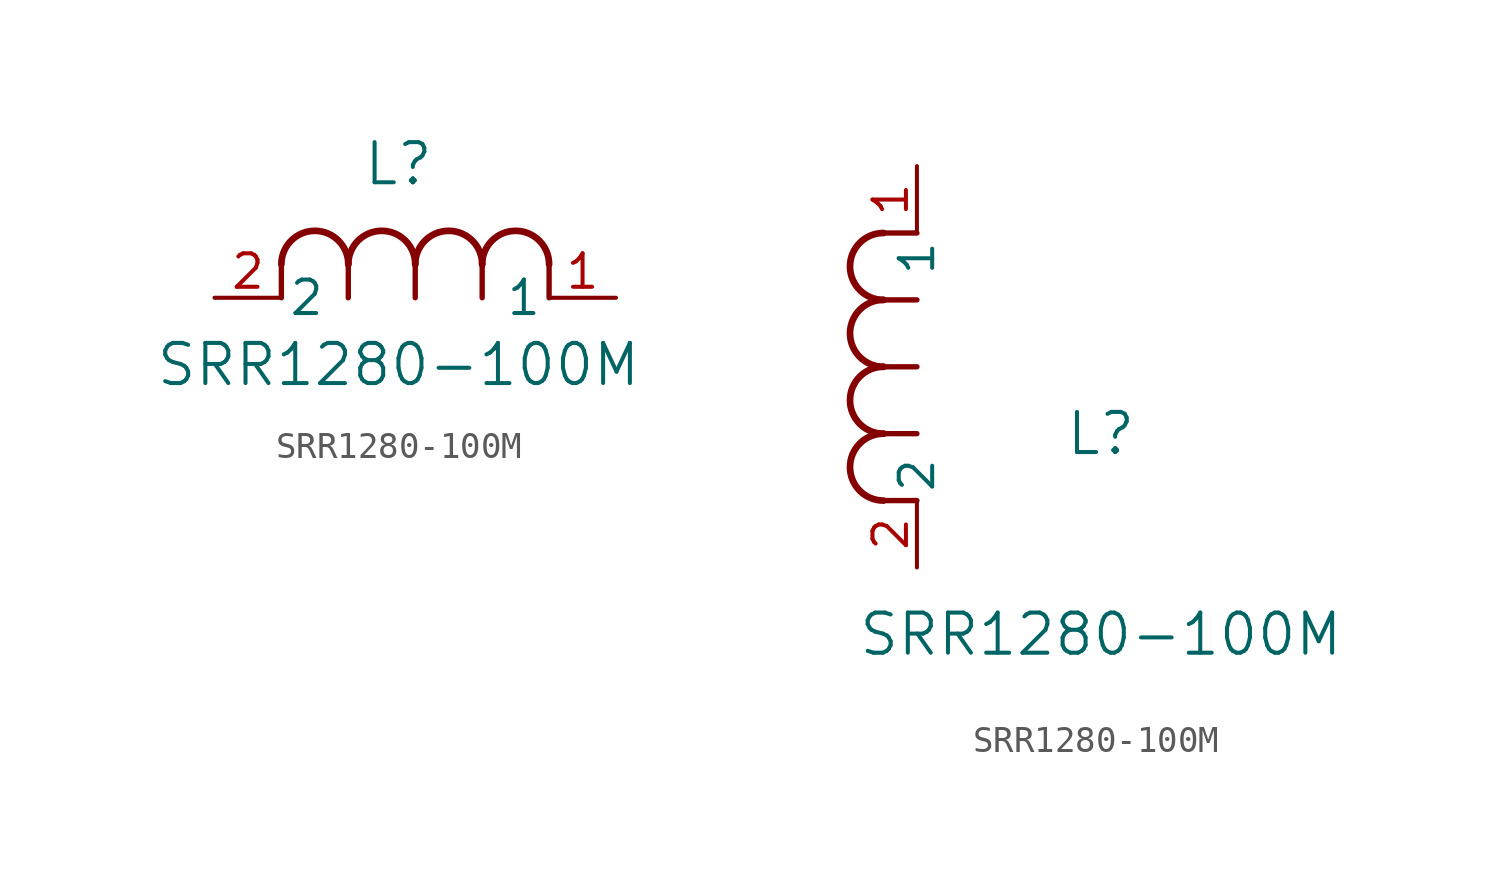
<source format=kicad_sym>
(kicad_symbol_lib
  (version 20211014)
  (generator kicad_symbol_editor)
  (symbol "SRR1280-100M"
    (pin_names
      (offset 0.254))
    (property "Reference" "L"
      (at 6.985 5.08 0)
      (effects (font (size 1.524 1.524))))
    (property "Value" "SRR1280-100M"
      (at 6.985 -2.54 0)
      (effects (font (size 1.524 1.524))))
    (symbol "SRR1280-100M_1_1"
      (arc (start 7.62 1.27) (mid 6.35 2.54) (end 5.08 1.27) (stroke (width 0.254) (type default) (color 0 0 0 0)) (fill (type none)))
      (polyline (pts (xy 5.08 0) (xy 5.08 1.27)) (stroke (width 0.203) (type default) (color 0 0 0 0)) (fill (type none)))
      (polyline (pts (xy 7.62 0) (xy 7.62 1.27)) (stroke (width 0.203) (type default) (color 0 0 0 0)) (fill (type none)))
      (polyline (pts (xy 12.7 0) (xy 12.7 1.27)) (stroke (width 0.203) (type default) (color 0 0 0 0)) (fill (type none)))
      (arc (start 5.08 1.27) (mid 3.81 2.54) (end 2.54 1.27) (stroke (width 0.254) (type default) (color 0 0 0 0)) (fill (type none)))
      (arc (start 10.16 1.27) (mid 8.89 2.54) (end 7.62 1.27) (stroke (width 0.254) (type default) (color 0 0 0 0)) (fill (type none)))
      (arc (start 12.7 1.27) (mid 11.43 2.54) (end 10.16 1.27) (stroke (width 0.254) (type default) (color 0 0 0 0)) (fill (type none)))
      (polyline (pts (xy 2.54 0) (xy 2.54 1.27)) (stroke (width 0.203) (type default) (color 0 0 0 0)) (fill (type none)))
      (polyline (pts (xy 10.16 0) (xy 10.16 1.27)) (stroke (width 0.203) (type default) (color 0 0 0 0)) (fill (type none)))
      (pin unspecified line (at 0 0 0) (length 2.54) (name "2" (effects (font (size 1.27 1.27)))) (number "2" (effects (font (size 1.27 1.27)))))
      (pin unspecified line (at 15.24 0 180) (length 2.54) (name "1" (effects (font (size 1.27 1.27)))) (number "1" (effects (font (size 1.27 1.27))))))
    (symbol "SRR1280-100M_1_2"
      (arc (start -1.27 7.62) (mid -2.54 6.35) (end -1.27 5.08) (stroke (width 0.254) (type default) (color 0 0 0 0)) (fill (type none)))
      (arc (start -1.27 5.08) (mid -2.54 3.81) (end -1.27 2.54) (stroke (width 0.254) (type default) (color 0 0 0 0)) (fill (type none)))
      (arc (start -1.27 12.7) (mid -2.54 11.43) (end -1.27 10.16) (stroke (width 0.254) (type default) (color 0 0 0 0)) (fill (type none)))
      (arc (start -1.27 10.16) (mid -2.54 8.89) (end -1.27 7.62) (stroke (width 0.254) (type default) (color 0 0 0 0)) (fill (type none)))
      (polyline (pts (xy 0 7.62) (xy -1.27 7.62)) (stroke (width 0.203) (type default) (color 0 0 0 0)) (fill (type none)))
      (polyline (pts (xy 0 5.08) (xy -1.27 5.08)) (stroke (width 0.203) (type default) (color 0 0 0 0)) (fill (type none)))
      (polyline (pts (xy 0 12.7) (xy -1.27 12.7)) (stroke (width 0.203) (type default) (color 0 0 0 0)) (fill (type none)))
      (polyline (pts (xy 0 2.54) (xy -1.27 2.54)) (stroke (width 0.203) (type default) (color 0 0 0 0)) (fill (type none)))
      (polyline (pts (xy 0 10.16) (xy -1.27 10.16)) (stroke (width 0.203) (type default) (color 0 0 0 0)) (fill (type none)))
      (pin unspecified line (at 0 0 90) (length 2.54) (name "2" (effects (font (size 1.27 1.27)))) (number "2" (effects (font (size 1.27 1.27)))))
      (pin unspecified line (at 0 15.24 270) (length 2.54) (name "1" (effects (font (size 1.27 1.27)))) (number "1" (effects (font (size 1.27 1.27))))))))
</source>
